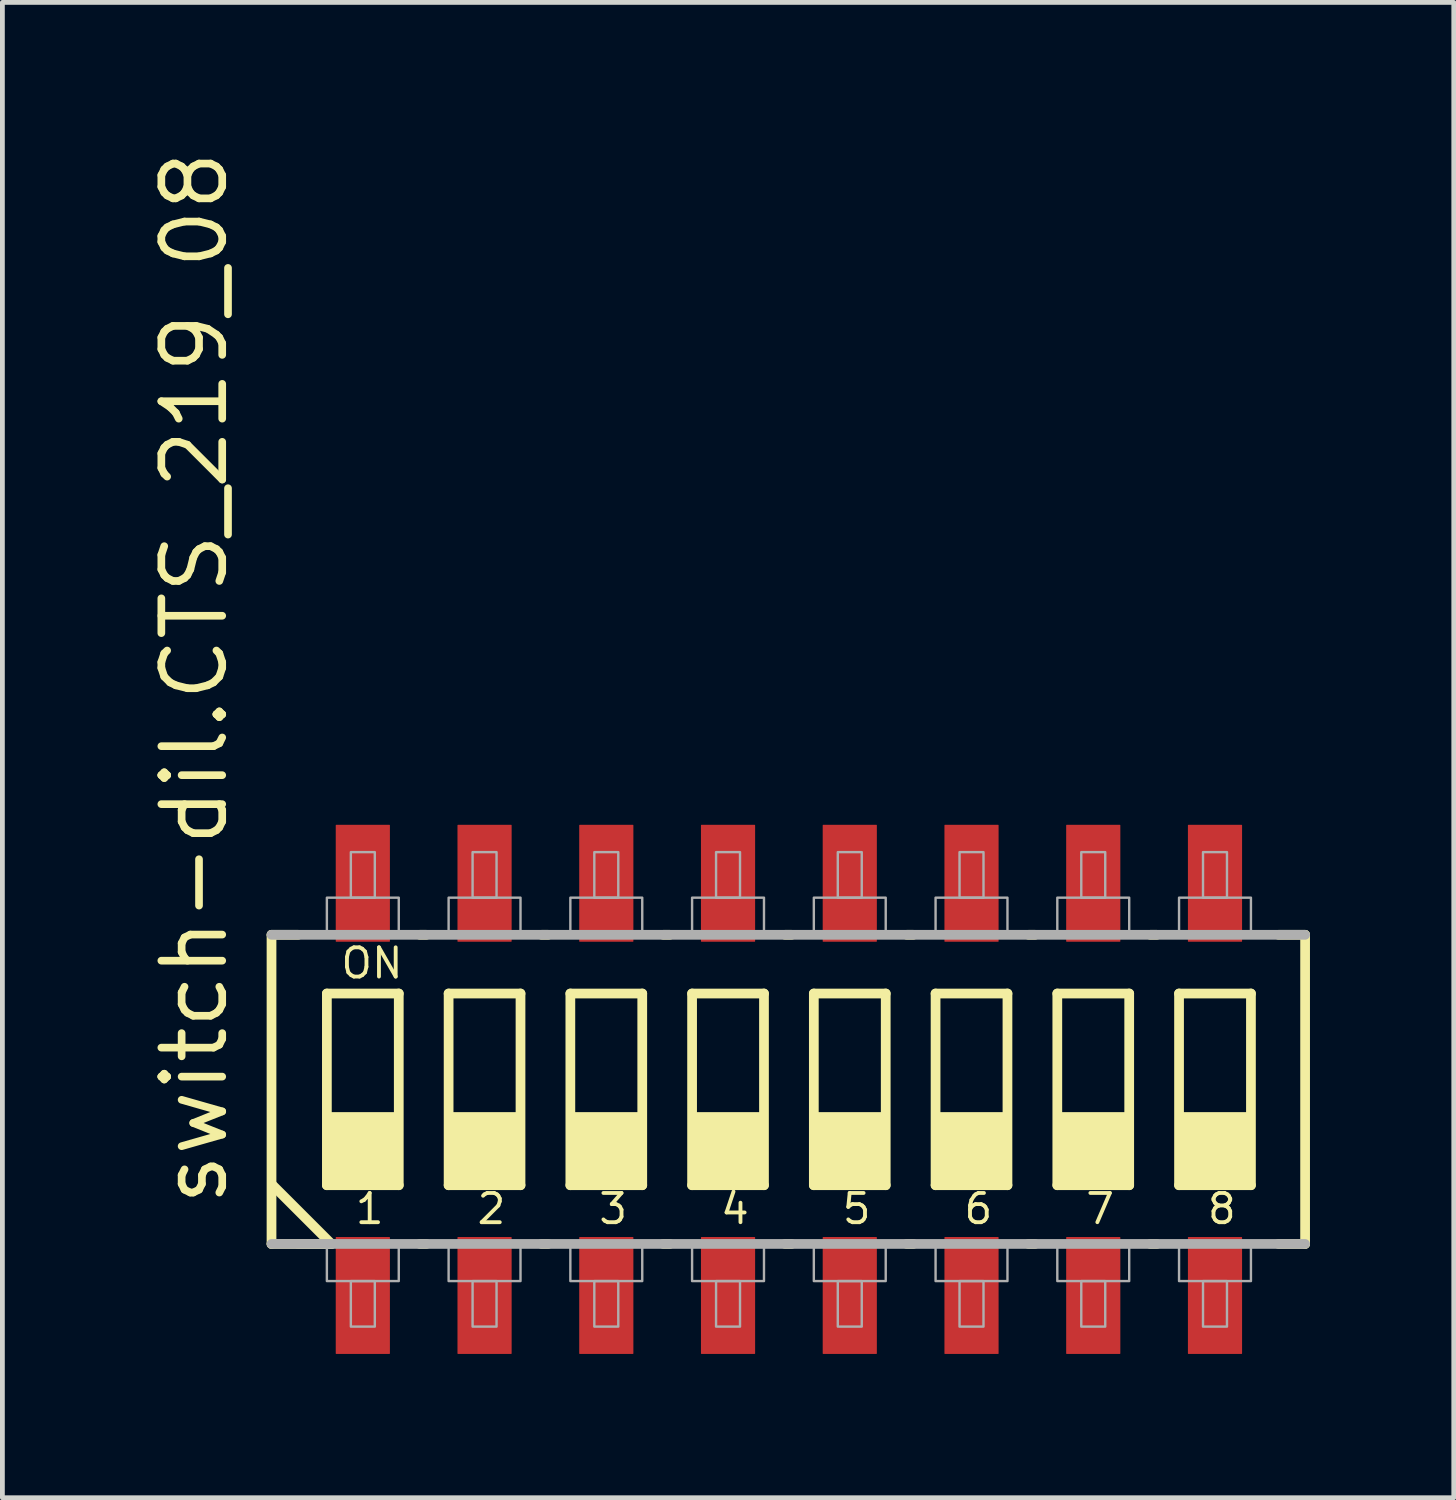
<source format=kicad_pcb>
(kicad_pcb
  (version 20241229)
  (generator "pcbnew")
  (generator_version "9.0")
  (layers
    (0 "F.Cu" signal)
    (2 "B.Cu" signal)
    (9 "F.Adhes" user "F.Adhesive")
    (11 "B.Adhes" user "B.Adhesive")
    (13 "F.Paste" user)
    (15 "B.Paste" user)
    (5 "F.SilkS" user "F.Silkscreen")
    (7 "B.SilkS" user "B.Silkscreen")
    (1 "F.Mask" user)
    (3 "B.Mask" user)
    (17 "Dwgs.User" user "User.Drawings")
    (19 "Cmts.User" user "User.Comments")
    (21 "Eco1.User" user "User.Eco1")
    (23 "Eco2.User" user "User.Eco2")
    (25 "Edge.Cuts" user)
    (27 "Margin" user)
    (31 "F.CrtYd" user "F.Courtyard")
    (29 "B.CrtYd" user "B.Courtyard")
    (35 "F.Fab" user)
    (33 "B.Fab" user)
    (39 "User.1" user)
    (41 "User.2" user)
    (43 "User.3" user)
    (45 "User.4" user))
  (footprint "switch-dil.CTS_219_08"
    (layer "F.Cu")
    (at 13.41 19.679)
    (property "Reference" "switch-dil.CTS_219_08" (at -11.66 2.5 90) (layer "F.SilkS") (effects (font (size 1.27 1.27) (thickness 0.16)) (justify left bottom)))
    (attr smd)
    (fp_line (start -10.795 -3.225) (end -10.24 -3.225) (stroke (width 0.203) (type default)) (layer "F.SilkS"))
    (fp_line (start -10.795 3.225) (end -10.795 -3.225) (stroke (width 0.203) (type default)) (layer "F.SilkS"))
    (fp_line (start -10.77 2) (end -9.545 3.225) (stroke (width 0.203) (type default)) (layer "F.SilkS"))
    (fp_line (start -10.24 3.225) (end -9.545 3.225) (stroke (width 0.203) (type default)) (layer "F.SilkS"))
    (fp_line (start -9.64 -2) (end -8.14 -2) (stroke (width 0.203) (type default)) (layer "F.SilkS"))
    (fp_line (start -9.64 2) (end -9.64 -2) (stroke (width 0.203) (type default)) (layer "F.SilkS"))
    (fp_line (start -9.545 3.225) (end -10.795 3.225) (stroke (width 0.203) (type default)) (layer "F.SilkS"))
    (fp_line (start -8.14 -2) (end -8.14 2) (stroke (width 0.203) (type default)) (layer "F.SilkS"))
    (fp_line (start -8.14 2) (end -9.64 2) (stroke (width 0.203) (type default)) (layer "F.SilkS"))
    (fp_line (start -7.7 3.225) (end -7.565 3.225) (stroke (width 0.203) (type default)) (layer "F.SilkS"))
    (fp_line (start -7.565 -3.225) (end -7.7 -3.225) (stroke (width 0.203) (type default)) (layer "F.SilkS"))
    (fp_line (start -7.1 -2) (end -5.6 -2) (stroke (width 0.203) (type default)) (layer "F.SilkS"))
    (fp_line (start -7.1 2) (end -7.1 -2) (stroke (width 0.203) (type default)) (layer "F.SilkS"))
    (fp_line (start -5.6 -2) (end -5.6 2) (stroke (width 0.203) (type default)) (layer "F.SilkS"))
    (fp_line (start -5.6 2) (end -7.1 2) (stroke (width 0.203) (type default)) (layer "F.SilkS"))
    (fp_line (start -5.16 3.225) (end -5.025 3.225) (stroke (width 0.203) (type default)) (layer "F.SilkS"))
    (fp_line (start -5.025 -3.225) (end -5.16 -3.225) (stroke (width 0.203) (type default)) (layer "F.SilkS"))
    (fp_line (start -4.56 -2) (end -3.06 -2) (stroke (width 0.203) (type default)) (layer "F.SilkS"))
    (fp_line (start -4.56 2) (end -4.56 -2) (stroke (width 0.203) (type default)) (layer "F.SilkS"))
    (fp_line (start -3.06 -2) (end -3.06 2) (stroke (width 0.203) (type default)) (layer "F.SilkS"))
    (fp_line (start -3.06 2) (end -4.56 2) (stroke (width 0.203) (type default)) (layer "F.SilkS"))
    (fp_line (start -2.62 3.225) (end -2.485 3.225) (stroke (width 0.203) (type default)) (layer "F.SilkS"))
    (fp_line (start -2.485 -3.225) (end -2.62 -3.225) (stroke (width 0.203) (type default)) (layer "F.SilkS"))
    (fp_line (start -2.02 -2) (end -0.52 -2) (stroke (width 0.203) (type default)) (layer "F.SilkS"))
    (fp_line (start -2.02 2) (end -2.02 -2) (stroke (width 0.203) (type default)) (layer "F.SilkS"))
    (fp_line (start -0.52 -2) (end -0.52 2) (stroke (width 0.203) (type default)) (layer "F.SilkS"))
    (fp_line (start -0.52 2) (end -2.02 2) (stroke (width 0.203) (type default)) (layer "F.SilkS"))
    (fp_line (start -0.08 3.225) (end 0.055 3.225) (stroke (width 0.203) (type default)) (layer "F.SilkS"))
    (fp_line (start 0.055 -3.225) (end -0.08 -3.225) (stroke (width 0.203) (type default)) (layer "F.SilkS"))
    (fp_line (start 0.52 -2) (end 2.02 -2) (stroke (width 0.203) (type default)) (layer "F.SilkS"))
    (fp_line (start 0.52 2) (end 0.52 -2) (stroke (width 0.203) (type default)) (layer "F.SilkS"))
    (fp_line (start 2.02 -2) (end 2.02 2) (stroke (width 0.203) (type default)) (layer "F.SilkS"))
    (fp_line (start 2.02 2) (end 0.52 2) (stroke (width 0.203) (type default)) (layer "F.SilkS"))
    (fp_line (start 2.46 3.225) (end 2.595 3.225) (stroke (width 0.203) (type default)) (layer "F.SilkS"))
    (fp_line (start 2.595 -3.225) (end 2.46 -3.225) (stroke (width 0.203) (type default)) (layer "F.SilkS"))
    (fp_line (start 3.06 -2) (end 4.56 -2) (stroke (width 0.203) (type default)) (layer "F.SilkS"))
    (fp_line (start 3.06 2) (end 3.06 -2) (stroke (width 0.203) (type default)) (layer "F.SilkS"))
    (fp_line (start 4.56 -2) (end 4.56 2) (stroke (width 0.203) (type default)) (layer "F.SilkS"))
    (fp_line (start 4.56 2) (end 3.06 2) (stroke (width 0.203) (type default)) (layer "F.SilkS"))
    (fp_line (start 5 3.225) (end 5.135 3.225) (stroke (width 0.203) (type default)) (layer "F.SilkS"))
    (fp_line (start 5.135 -3.225) (end 5 -3.225) (stroke (width 0.203) (type default)) (layer "F.SilkS"))
    (fp_line (start 5.6 -2) (end 7.1 -2) (stroke (width 0.203) (type default)) (layer "F.SilkS"))
    (fp_line (start 5.6 2) (end 5.6 -2) (stroke (width 0.203) (type default)) (layer "F.SilkS"))
    (fp_line (start 7.1 -2) (end 7.1 2) (stroke (width 0.203) (type default)) (layer "F.SilkS"))
    (fp_line (start 7.1 2) (end 5.6 2) (stroke (width 0.203) (type default)) (layer "F.SilkS"))
    (fp_line (start 7.54 3.225) (end 7.675 3.225) (stroke (width 0.203) (type default)) (layer "F.SilkS"))
    (fp_line (start 7.675 -3.225) (end 7.54 -3.225) (stroke (width 0.203) (type default)) (layer "F.SilkS"))
    (fp_line (start 8.14 -2) (end 9.64 -2) (stroke (width 0.203) (type default)) (layer "F.SilkS"))
    (fp_line (start 8.14 2) (end 8.14 -2) (stroke (width 0.203) (type default)) (layer "F.SilkS"))
    (fp_line (start 9.64 -2) (end 9.64 2) (stroke (width 0.203) (type default)) (layer "F.SilkS"))
    (fp_line (start 9.64 2) (end 8.14 2) (stroke (width 0.203) (type default)) (layer "F.SilkS"))
    (fp_line (start 10.215 -3.225) (end 10.77 -3.225) (stroke (width 0.203) (type default)) (layer "F.SilkS"))
    (fp_line (start 10.77 -3.225) (end 10.77 3.225) (stroke (width 0.203) (type default)) (layer "F.SilkS"))
    (fp_line (start 10.77 3.225) (end 10.215 3.225) (stroke (width 0.203) (type default)) (layer "F.SilkS"))
    (fp_rect (start -9.64 2) (end -8.14 0.5) (stroke (width 0.05) (type default)) (fill yes) (layer "F.SilkS"))
    (fp_rect (start -7.1 2) (end -5.6 0.5) (stroke (width 0.05) (type default)) (fill yes) (layer "F.SilkS"))
    (fp_rect (start -4.56 2) (end -3.06 0.5) (stroke (width 0.05) (type default)) (fill yes) (layer "F.SilkS"))
    (fp_rect (start -2.02 2) (end -0.52 0.5) (stroke (width 0.05) (type default)) (fill yes) (layer "F.SilkS"))
    (fp_rect (start 0.52 2) (end 2.02 0.5) (stroke (width 0.05) (type default)) (fill yes) (layer "F.SilkS"))
    (fp_rect (start 3.06 2) (end 4.56 0.5) (stroke (width 0.05) (type default)) (fill yes) (layer "F.SilkS"))
    (fp_rect (start 5.6 2) (end 7.1 0.5) (stroke (width 0.05) (type default)) (fill yes) (layer "F.SilkS"))
    (fp_rect (start 8.14 2) (end 9.64 0.5) (stroke (width 0.05) (type default)) (fill yes) (layer "F.SilkS"))
    (fp_line (start -10.795 -3.225) (end 10.77 -3.225) (stroke (width 0.203) (type default)) (layer "F.Fab"))
    (fp_line (start 10.77 3.225) (end -10.795 3.225) (stroke (width 0.203) (type default)) (layer "F.Fab"))
    (fp_rect (start -9.64 -3.25) (end -8.14 -4) (stroke (width 0.05) (type default)) (fill no) (layer "F.Fab"))
    (fp_rect (start -9.64 4) (end -8.14 3.25) (stroke (width 0.05) (type default)) (fill no) (layer "F.Fab"))
    (fp_rect (start -9.14 -4) (end -8.64 -4.95) (stroke (width 0.05) (type default)) (fill no) (layer "F.Fab"))
    (fp_rect (start -9.14 4.95) (end -8.64 4) (stroke (width 0.05) (type default)) (fill no) (layer "F.Fab"))
    (fp_rect (start -7.1 -3.25) (end -5.6 -4) (stroke (width 0.05) (type default)) (fill no) (layer "F.Fab"))
    (fp_rect (start -7.1 4) (end -5.6 3.25) (stroke (width 0.05) (type default)) (fill no) (layer "F.Fab"))
    (fp_rect (start -6.6 -4) (end -6.1 -4.95) (stroke (width 0.05) (type default)) (fill no) (layer "F.Fab"))
    (fp_rect (start -6.6 4.95) (end -6.1 4) (stroke (width 0.05) (type default)) (fill no) (layer "F.Fab"))
    (fp_rect (start -4.56 -3.25) (end -3.06 -4) (stroke (width 0.05) (type default)) (fill no) (layer "F.Fab"))
    (fp_rect (start -4.56 4) (end -3.06 3.25) (stroke (width 0.05) (type default)) (fill no) (layer "F.Fab"))
    (fp_rect (start -4.06 -4) (end -3.56 -4.95) (stroke (width 0.05) (type default)) (fill no) (layer "F.Fab"))
    (fp_rect (start -4.06 4.95) (end -3.56 4) (stroke (width 0.05) (type default)) (fill no) (layer "F.Fab"))
    (fp_rect (start -2.02 -3.25) (end -0.52 -4) (stroke (width 0.05) (type default)) (fill no) (layer "F.Fab"))
    (fp_rect (start -2.02 4) (end -0.52 3.25) (stroke (width 0.05) (type default)) (fill no) (layer "F.Fab"))
    (fp_rect (start -1.52 -4) (end -1.02 -4.95) (stroke (width 0.05) (type default)) (fill no) (layer "F.Fab"))
    (fp_rect (start -1.52 4.95) (end -1.02 4) (stroke (width 0.05) (type default)) (fill no) (layer "F.Fab"))
    (fp_rect (start 0.52 -3.25) (end 2.02 -4) (stroke (width 0.05) (type default)) (fill no) (layer "F.Fab"))
    (fp_rect (start 0.52 4) (end 2.02 3.25) (stroke (width 0.05) (type default)) (fill no) (layer "F.Fab"))
    (fp_rect (start 1.02 -4) (end 1.52 -4.95) (stroke (width 0.05) (type default)) (fill no) (layer "F.Fab"))
    (fp_rect (start 1.02 4.95) (end 1.52 4) (stroke (width 0.05) (type default)) (fill no) (layer "F.Fab"))
    (fp_rect (start 3.06 -3.25) (end 4.56 -4) (stroke (width 0.05) (type default)) (fill no) (layer "F.Fab"))
    (fp_rect (start 3.06 4) (end 4.56 3.25) (stroke (width 0.05) (type default)) (fill no) (layer "F.Fab"))
    (fp_rect (start 3.56 -4) (end 4.06 -4.95) (stroke (width 0.05) (type default)) (fill no) (layer "F.Fab"))
    (fp_rect (start 3.56 4.95) (end 4.06 4) (stroke (width 0.05) (type default)) (fill no) (layer "F.Fab"))
    (fp_rect (start 5.6 -3.25) (end 7.1 -4) (stroke (width 0.05) (type default)) (fill no) (layer "F.Fab"))
    (fp_rect (start 5.6 4) (end 7.1 3.25) (stroke (width 0.05) (type default)) (fill no) (layer "F.Fab"))
    (fp_rect (start 6.1 -4) (end 6.6 -4.95) (stroke (width 0.05) (type default)) (fill no) (layer "F.Fab"))
    (fp_rect (start 6.1 4.95) (end 6.6 4) (stroke (width 0.05) (type default)) (fill no) (layer "F.Fab"))
    (fp_rect (start 8.14 -3.25) (end 9.64 -4) (stroke (width 0.05) (type default)) (fill no) (layer "F.Fab"))
    (fp_rect (start 8.14 4) (end 9.64 3.25) (stroke (width 0.05) (type default)) (fill no) (layer "F.Fab"))
    (fp_rect (start 8.64 -4) (end 9.14 -4.95) (stroke (width 0.05) (type default)) (fill no) (layer "F.Fab"))
    (fp_rect (start 8.64 4.95) (end 9.14 4) (stroke (width 0.05) (type default)) (fill no) (layer "F.Fab"))
    (fp_text user "4" (at -1.47 2.85 0) (layer "F.SilkS") (effects (font (size 0.61 0.61) (thickness 0.08)) (justify left bottom)))
    (fp_text user "5" (at 1.07 2.85 0) (layer "F.SilkS") (effects (font (size 0.61 0.61) (thickness 0.08)) (justify left bottom)))
    (fp_text user "ON" (at -9.39 -2.275 0) (layer "F.SilkS") (effects (font (size 0.61 0.61) (thickness 0.08)) (justify left bottom)))
    (fp_text user "1" (at -9.09 2.85 0) (layer "F.SilkS") (effects (font (size 0.61 0.61) (thickness 0.08)) (justify left bottom)))
    (fp_text user "2" (at -6.55 2.85 0) (layer "F.SilkS") (effects (font (size 0.61 0.61) (thickness 0.08)) (justify left bottom)))
    (fp_text user "6" (at 3.61 2.85 0) (layer "F.SilkS") (effects (font (size 0.61 0.61) (thickness 0.08)) (justify left bottom)))
    (fp_text user "8" (at 8.69 2.85 0) (layer "F.SilkS") (effects (font (size 0.61 0.61) (thickness 0.08)) (justify left bottom)))
    (fp_text user "3" (at -4.01 2.85 0) (layer "F.SilkS") (effects (font (size 0.61 0.61) (thickness 0.08)) (justify left bottom)))
    (fp_text user "7" (at 6.15 2.85 0) (layer "F.SilkS") (effects (font (size 0.61 0.61) (thickness 0.08)) (justify left bottom)))
    (pad "1" smd roundrect (at -8.89 4.3) (size 1.13 2.44) (layers "F.Cu" "F.Mask" "F.Paste") (roundrect_rratio 0.01))
    (pad "2" smd roundrect (at -6.35 4.3) (size 1.13 2.44) (layers "F.Cu" "F.Mask" "F.Paste") (roundrect_rratio 0.01))
    (pad "3" smd roundrect (at -3.81 4.3) (size 1.13 2.44) (layers "F.Cu" "F.Mask" "F.Paste") (roundrect_rratio 0.01))
    (pad "4" smd roundrect (at -1.27 4.3) (size 1.13 2.44) (layers "F.Cu" "F.Mask" "F.Paste") (roundrect_rratio 0.01))
    (pad "5" smd roundrect (at 1.27 4.3) (size 1.13 2.44) (layers "F.Cu" "F.Mask" "F.Paste") (roundrect_rratio 0.01))
    (pad "6" smd roundrect (at 3.81 4.3) (size 1.13 2.44) (layers "F.Cu" "F.Mask" "F.Paste") (roundrect_rratio 0.01))
    (pad "7" smd roundrect (at 6.35 4.3) (size 1.13 2.44) (layers "F.Cu" "F.Mask" "F.Paste") (roundrect_rratio 0.01))
    (pad "8" smd roundrect (at 8.89 4.3) (size 1.13 2.44) (layers "F.Cu" "F.Mask" "F.Paste") (roundrect_rratio 0.01))
    (pad "9" smd roundrect (at 8.89 -4.3 180) (size 1.13 2.44) (layers "F.Cu" "F.Mask" "F.Paste") (roundrect_rratio 0.01))
    (pad "10" smd roundrect (at 6.35 -4.3 180) (size 1.13 2.44) (layers "F.Cu" "F.Mask" "F.Paste") (roundrect_rratio 0.01))
    (pad "11" smd roundrect (at 3.81 -4.3 180) (size 1.13 2.44) (layers "F.Cu" "F.Mask" "F.Paste") (roundrect_rratio 0.01))
    (pad "12" smd roundrect (at 1.27 -4.3 180) (size 1.13 2.44) (layers "F.Cu" "F.Mask" "F.Paste") (roundrect_rratio 0.01))
    (pad "13" smd roundrect (at -1.27 -4.3 180) (size 1.13 2.44) (layers "F.Cu" "F.Mask" "F.Paste") (roundrect_rratio 0.01))
    (pad "14" smd roundrect (at -3.81 -4.3 180) (size 1.13 2.44) (layers "F.Cu" "F.Mask" "F.Paste") (roundrect_rratio 0.01))
    (pad "15" smd roundrect (at -6.35 -4.3 180) (size 1.13 2.44) (layers "F.Cu" "F.Mask" "F.Paste") (roundrect_rratio 0.01))
    (pad "16" smd roundrect (at -8.89 -4.3 180) (size 1.13 2.44) (layers "F.Cu" "F.Mask" "F.Paste") (roundrect_rratio 0.01)))
  (gr_rect
    (start -3 -3)
    (end 27.282 28.199)
    (stroke (width 0.1) (type default))
    (fill no)
    (layer "Edge.Cuts")))
</source>
